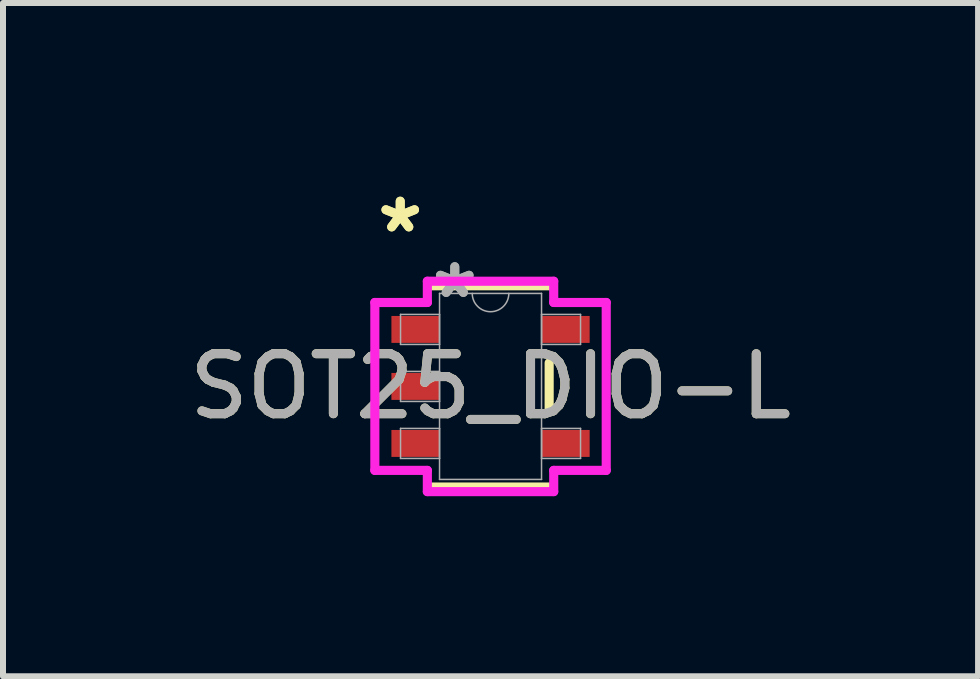
<source format=kicad_pcb>
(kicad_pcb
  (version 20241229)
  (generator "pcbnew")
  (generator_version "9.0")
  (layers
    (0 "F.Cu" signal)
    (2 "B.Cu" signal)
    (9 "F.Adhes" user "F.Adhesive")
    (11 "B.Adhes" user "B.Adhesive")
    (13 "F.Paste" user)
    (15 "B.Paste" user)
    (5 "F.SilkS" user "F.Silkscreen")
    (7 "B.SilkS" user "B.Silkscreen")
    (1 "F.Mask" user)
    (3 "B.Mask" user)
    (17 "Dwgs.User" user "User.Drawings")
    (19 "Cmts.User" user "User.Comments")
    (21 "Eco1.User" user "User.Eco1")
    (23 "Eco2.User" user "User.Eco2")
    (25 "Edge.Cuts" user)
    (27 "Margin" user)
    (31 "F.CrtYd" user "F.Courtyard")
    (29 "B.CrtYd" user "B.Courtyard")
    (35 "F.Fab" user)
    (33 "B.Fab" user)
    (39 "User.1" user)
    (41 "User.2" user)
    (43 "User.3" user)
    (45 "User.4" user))
  (footprint "SOT25_DIO-L"
    (layer "F.Cu")
    (at 5.125 3.39)
    (property "Reference" "SOT25_DIO-L" (at 0 0 0) (unlocked yes) (layer "F.SilkS") (effects (font (size 1 1) (thickness 0.15))))
    (attr smd)
    (fp_line (start -0.977 1.677) (end 0.977 1.677) (stroke (width 0.152) (type solid)) (layer "F.SilkS"))
    (fp_line (start 0.977 -1.677) (end -0.977 -1.677) (stroke (width 0.152) (type solid)) (layer "F.SilkS"))
    (fp_line (start 0.977 0.393) (end 0.977 -0.393) (stroke (width 0.152) (type solid)) (layer "F.SilkS"))
    (fp_line (start -1.928 -1.399) (end -1.053 -1.399) (stroke (width 0.152) (type solid)) (layer "F.CrtYd"))
    (fp_line (start -1.928 1.399) (end -1.928 -1.399) (stroke (width 0.152) (type solid)) (layer "F.CrtYd"))
    (fp_line (start -1.053 -1.753) (end 1.053 -1.753) (stroke (width 0.152) (type solid)) (layer "F.CrtYd"))
    (fp_line (start -1.053 -1.399) (end -1.053 -1.753) (stroke (width 0.152) (type solid)) (layer "F.CrtYd"))
    (fp_line (start -1.053 1.399) (end -1.928 1.399) (stroke (width 0.152) (type solid)) (layer "F.CrtYd"))
    (fp_line (start -1.053 1.753) (end -1.053 1.399) (stroke (width 0.152) (type solid)) (layer "F.CrtYd"))
    (fp_line (start 1.053 -1.753) (end 1.053 -1.399) (stroke (width 0.152) (type solid)) (layer "F.CrtYd"))
    (fp_line (start 1.053 -1.399) (end 1.928 -1.399) (stroke (width 0.152) (type solid)) (layer "F.CrtYd"))
    (fp_line (start 1.053 1.399) (end 1.053 1.753) (stroke (width 0.152) (type solid)) (layer "F.CrtYd"))
    (fp_line (start 1.053 1.753) (end -1.053 1.753) (stroke (width 0.152) (type solid)) (layer "F.CrtYd"))
    (fp_line (start 1.928 -1.399) (end 1.928 1.399) (stroke (width 0.152) (type solid)) (layer "F.CrtYd"))
    (fp_line (start 1.928 1.399) (end 1.053 1.399) (stroke (width 0.152) (type solid)) (layer "F.CrtYd"))
    (fp_line (start -1.5 -1.2) (end -1.5 -0.7) (stroke (width 0.025) (type solid)) (layer "F.Fab"))
    (fp_line (start -1.5 -0.7) (end -0.85 -0.7) (stroke (width 0.025) (type solid)) (layer "F.Fab"))
    (fp_line (start -1.5 -0.25) (end -1.5 0.25) (stroke (width 0.025) (type solid)) (layer "F.Fab"))
    (fp_line (start -1.5 0.25) (end -0.85 0.25) (stroke (width 0.025) (type solid)) (layer "F.Fab"))
    (fp_line (start -1.5 0.7) (end -1.5 1.2) (stroke (width 0.025) (type solid)) (layer "F.Fab"))
    (fp_line (start -1.5 1.2) (end -0.85 1.2) (stroke (width 0.025) (type solid)) (layer "F.Fab"))
    (fp_line (start -0.85 -1.55) (end -0.85 1.55) (stroke (width 0.025) (type solid)) (layer "F.Fab"))
    (fp_line (start -0.85 -1.2) (end -1.5 -1.2) (stroke (width 0.025) (type solid)) (layer "F.Fab"))
    (fp_line (start -0.85 -0.7) (end -0.85 -1.2) (stroke (width 0.025) (type solid)) (layer "F.Fab"))
    (fp_line (start -0.85 -0.25) (end -1.5 -0.25) (stroke (width 0.025) (type solid)) (layer "F.Fab"))
    (fp_line (start -0.85 0.25) (end -0.85 -0.25) (stroke (width 0.025) (type solid)) (layer "F.Fab"))
    (fp_line (start -0.85 0.7) (end -1.5 0.7) (stroke (width 0.025) (type solid)) (layer "F.Fab"))
    (fp_line (start -0.85 1.2) (end -0.85 0.7) (stroke (width 0.025) (type solid)) (layer "F.Fab"))
    (fp_line (start -0.85 1.55) (end 0.85 1.55) (stroke (width 0.025) (type solid)) (layer "F.Fab"))
    (fp_line (start 0.85 -1.55) (end -0.85 -1.55) (stroke (width 0.025) (type solid)) (layer "F.Fab"))
    (fp_line (start 0.85 -1.2) (end 0.85 -0.7) (stroke (width 0.025) (type solid)) (layer "F.Fab"))
    (fp_line (start 0.85 -0.7) (end 1.5 -0.7) (stroke (width 0.025) (type solid)) (layer "F.Fab"))
    (fp_line (start 0.85 0.7) (end 0.85 1.2) (stroke (width 0.025) (type solid)) (layer "F.Fab"))
    (fp_line (start 0.85 1.2) (end 1.5 1.2) (stroke (width 0.025) (type solid)) (layer "F.Fab"))
    (fp_line (start 0.85 1.55) (end 0.85 -1.55) (stroke (width 0.025) (type solid)) (layer "F.Fab"))
    (fp_line (start 1.5 -1.2) (end 0.85 -1.2) (stroke (width 0.025) (type solid)) (layer "F.Fab"))
    (fp_line (start 1.5 -0.7) (end 1.5 -1.2) (stroke (width 0.025) (type solid)) (layer "F.Fab"))
    (fp_line (start 1.5 0.7) (end 0.85 0.7) (stroke (width 0.025) (type solid)) (layer "F.Fab"))
    (fp_line (start 1.5 1.2) (end 1.5 0.7) (stroke (width 0.025) (type solid)) (layer "F.Fab"))
    (fp_arc (start 0.3048 -1.549999) (mid 0 -1.245199) (end -0.3048 -1.549999) (stroke (width 0.0254) (type solid)) (layer "F.Fab"))
    (fp_text user "*" (at -1.505 -2.542 0) (unlocked yes) (layer "F.SilkS") (effects (font (size 1 1) (thickness 0.15))))
    (fp_text user "*" (at -1.505 -2.542 0) (layer "F.SilkS") (effects (font (size 1 1) (thickness 0.15))))
    (fp_text user "${REFERENCE}" (at 0 0 0) (unlocked yes) (layer "F.Fab") (effects (font (size 1 1) (thickness 0.15))))
    (fp_text user "*" (at -0.596 -1.45 0) (layer "F.Fab") (effects (font (size 1 1) (thickness 0.15))))
    (fp_text user "*" (at -0.596 -1.45 0) (unlocked yes) (layer "F.Fab") (effects (font (size 1 1) (thickness 0.15))))
    (pad "1" smd rect (at -1.251 -0.95) (size 0.802 0.449) (layers "F.Cu" "F.Mask" "F.Paste"))
    (pad "2" smd rect (at -1.251 0) (size 0.802 0.449) (layers "F.Cu" "F.Mask" "F.Paste"))
    (pad "3" smd rect (at -1.251 0.95) (size 0.802 0.449) (layers "F.Cu" "F.Mask" "F.Paste"))
    (pad "4" smd rect (at 1.251 0.95) (size 0.802 0.449) (layers "F.Cu" "F.Mask" "F.Paste"))
    (pad "5" smd rect (at 1.251 -0.95) (size 0.802 0.449) (layers "F.Cu" "F.Mask" "F.Paste")))
  (gr_rect
    (start -3 -3)
    (end 13.25 8.22)
    (stroke (width 0.1) (type default))
    (fill no)
    (layer "Edge.Cuts")))
</source>
